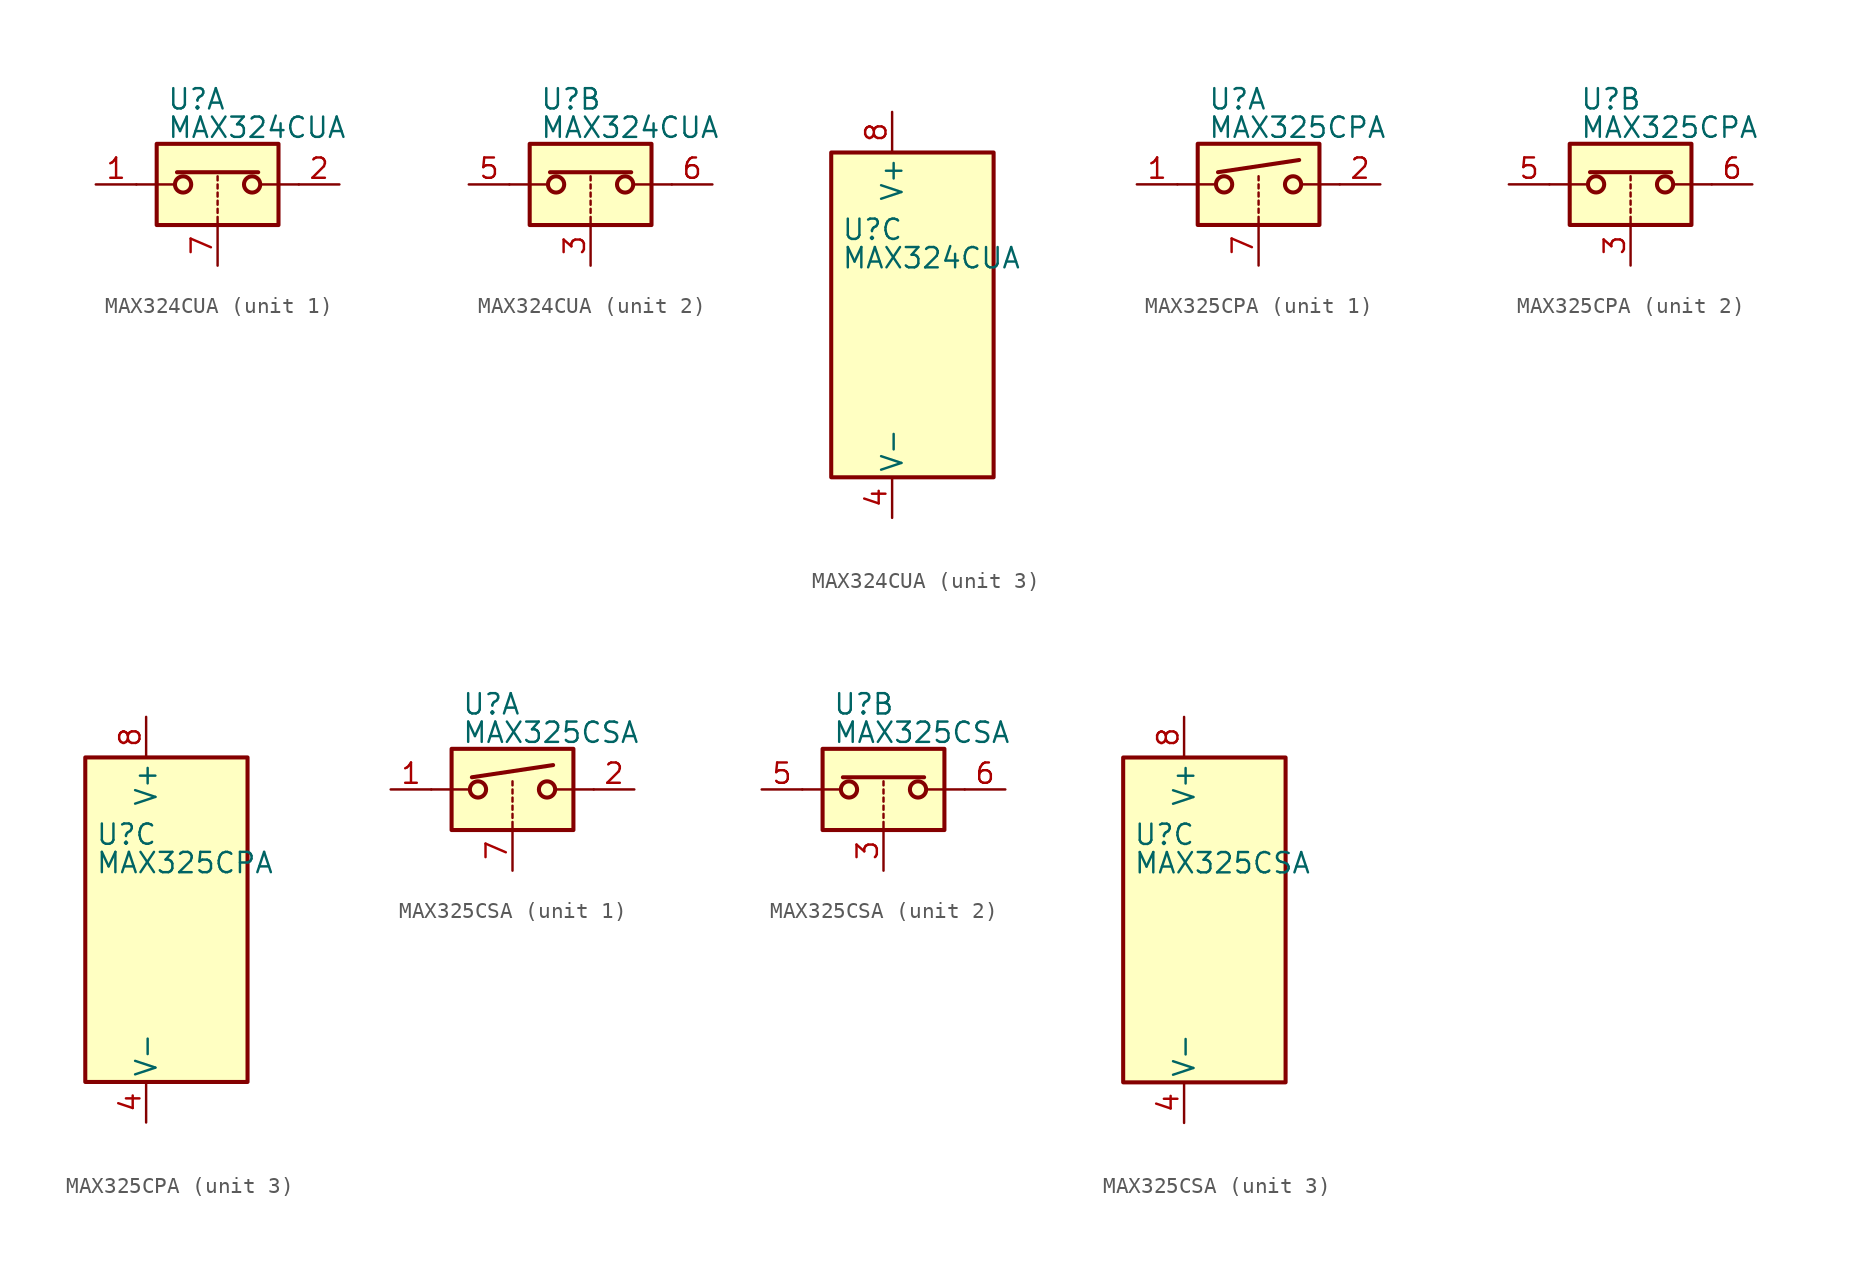
<source format=kicad_sym>
(kicad_symbol_lib
  (version 20201005)
  (generator kicad_symbol_editor)
  (symbol "MAX324CUA"
    (pin_names
      (offset 0.254))
    (property "Reference" "U"
      (at -3.175 5.334 0)
      (effects (font (size 1.27 1.27)) (justify left)))
    (property "Value" "MAX324CUA"
      (at -3.175 3.556 0)
      (effects (font (size 1.27 1.27)) (justify left)))
    (symbol "MAX324CUA_1_1"
      (circle (center -2.159 0) (radius 0.508) (stroke (width 0.254)) (fill (type none)))
      (circle (center 2.159 0) (radius 0.508) (stroke (width 0.254)) (fill (type none)))
      (rectangle (start -3.81 2.54) (end 3.81 -2.54) (stroke (width 0.254)) (fill (type background)))
      (polyline (pts (xy -5.08 0) (xy -2.794 0)) (stroke (width 0)) (fill (type none)))
      (polyline (pts (xy -2.54 0.762) (xy 2.54 0.762)) (stroke (width 0.254)) (fill (type none)))
      (polyline (pts (xy 0 -2.54) (xy 0 -2.032)) (stroke (width 0)) (fill (type none)))
      (polyline (pts (xy 0 -1.778) (xy 0 -1.524)) (stroke (width 0)) (fill (type none)))
      (polyline (pts (xy 0 -1.27) (xy 0 -1.016)) (stroke (width 0)) (fill (type none)))
      (polyline (pts (xy 0 -0.762) (xy 0 -0.508)) (stroke (width 0)) (fill (type none)))
      (polyline (pts (xy 0 -0.254) (xy 0 0)) (stroke (width 0)) (fill (type none)))
      (polyline (pts (xy 0 0.254) (xy 0 0.508)) (stroke (width 0)) (fill (type none)))
      (polyline (pts (xy 5.08 0) (xy 2.794 0)) (stroke (width 0)) (fill (type none)))
      (pin passive line (at -7.62 0 0) (length 2.54) (name "~" (effects (font (size 1.27 1.27)))) (number "1" (effects (font (size 1.27 1.27)))))
      (pin passive line (at 7.62 0 180) (length 2.54) (name "~" (effects (font (size 1.27 1.27)))) (number "2" (effects (font (size 1.27 1.27)))))
      (pin input line (at 0 -5.08 90) (length 2.54) (name "~" (effects (font (size 1.27 1.27)))) (number "7" (effects (font (size 1.27 1.27))))))
    (symbol "MAX324CUA_2_1"
      (circle (center -2.159 0) (radius 0.508) (stroke (width 0.254)) (fill (type none)))
      (circle (center 2.159 0) (radius 0.508) (stroke (width 0.254)) (fill (type none)))
      (rectangle (start -3.81 2.54) (end 3.81 -2.54) (stroke (width 0.254)) (fill (type background)))
      (polyline (pts (xy -5.08 0) (xy -2.794 0)) (stroke (width 0)) (fill (type none)))
      (polyline (pts (xy -2.54 0.762) (xy 2.54 0.762)) (stroke (width 0.254)) (fill (type none)))
      (polyline (pts (xy 0 -2.54) (xy 0 -2.032)) (stroke (width 0)) (fill (type none)))
      (polyline (pts (xy 0 -1.778) (xy 0 -1.524)) (stroke (width 0)) (fill (type none)))
      (polyline (pts (xy 0 -1.27) (xy 0 -1.016)) (stroke (width 0)) (fill (type none)))
      (polyline (pts (xy 0 -0.762) (xy 0 -0.508)) (stroke (width 0)) (fill (type none)))
      (polyline (pts (xy 0 -0.254) (xy 0 0)) (stroke (width 0)) (fill (type none)))
      (polyline (pts (xy 0 0.254) (xy 0 0.508)) (stroke (width 0)) (fill (type none)))
      (polyline (pts (xy 5.08 0) (xy 2.794 0)) (stroke (width 0)) (fill (type none)))
      (pin input line (at 0 -5.08 90) (length 2.54) (name "~" (effects (font (size 1.27 1.27)))) (number "3" (effects (font (size 1.27 1.27)))))
      (pin passive line (at -7.62 0 0) (length 2.54) (name "~" (effects (font (size 1.27 1.27)))) (number "5" (effects (font (size 1.27 1.27)))))
      (pin passive line (at 7.62 0 180) (length 2.54) (name "~" (effects (font (size 1.27 1.27)))) (number "6" (effects (font (size 1.27 1.27))))))
    (symbol "MAX324CUA_3_0"
      (pin power_in line (at 0 -12.7 90) (length 2.54) (name "V-" (effects (font (size 1.27 1.27)))) (number "4" (effects (font (size 1.27 1.27)))))
      (pin power_in line (at 0 12.7 270) (length 2.54) (name "V+" (effects (font (size 1.27 1.27)))) (number "8" (effects (font (size 1.27 1.27))))))
    (symbol "MAX324CUA_3_1"
      (rectangle (start -3.81 10.16) (end 6.35 -10.16) (stroke (width 0.254)) (fill (type background)))))
  (symbol "MAX325CPA"
    (pin_names
      (offset 0.254))
    (property "Reference" "U"
      (at -3.175 5.334 0)
      (effects (font (size 1.27 1.27)) (justify left)))
    (property "Value" "MAX325CPA"
      (at -3.175 3.556 0)
      (effects (font (size 1.27 1.27)) (justify left)))
    (symbol "MAX325CPA_1_1"
      (circle (center -2.159 0) (radius 0.508) (stroke (width 0.254)) (fill (type none)))
      (circle (center 2.159 0) (radius 0.508) (stroke (width 0.254)) (fill (type none)))
      (rectangle (start -3.81 2.54) (end 3.81 -2.54) (stroke (width 0.254)) (fill (type background)))
      (polyline (pts (xy -5.08 0) (xy -2.794 0)) (stroke (width 0)) (fill (type none)))
      (polyline (pts (xy -2.54 0.762) (xy 2.54 1.524)) (stroke (width 0.254)) (fill (type none)))
      (polyline (pts (xy 0 -2.54) (xy 0 -2.032)) (stroke (width 0)) (fill (type none)))
      (polyline (pts (xy 0 -1.778) (xy 0 -1.524)) (stroke (width 0)) (fill (type none)))
      (polyline (pts (xy 0 -1.27) (xy 0 -1.016)) (stroke (width 0)) (fill (type none)))
      (polyline (pts (xy 0 -0.762) (xy 0 -0.508)) (stroke (width 0)) (fill (type none)))
      (polyline (pts (xy 0 -0.254) (xy 0 0)) (stroke (width 0)) (fill (type none)))
      (polyline (pts (xy 0 0.254) (xy 0 0.508)) (stroke (width 0)) (fill (type none)))
      (polyline (pts (xy 5.08 0) (xy 2.794 0)) (stroke (width 0)) (fill (type none)))
      (pin passive line (at -7.62 0 0) (length 2.54) (name "~" (effects (font (size 1.27 1.27)))) (number "1" (effects (font (size 1.27 1.27)))))
      (pin passive line (at 7.62 0 180) (length 2.54) (name "~" (effects (font (size 1.27 1.27)))) (number "2" (effects (font (size 1.27 1.27)))))
      (pin input line (at 0 -5.08 90) (length 2.54) (name "~" (effects (font (size 1.27 1.27)))) (number "7" (effects (font (size 1.27 1.27))))))
    (symbol "MAX325CPA_2_1"
      (circle (center -2.159 0) (radius 0.508) (stroke (width 0.254)) (fill (type none)))
      (circle (center 2.159 0) (radius 0.508) (stroke (width 0.254)) (fill (type none)))
      (rectangle (start -3.81 2.54) (end 3.81 -2.54) (stroke (width 0.254)) (fill (type background)))
      (polyline (pts (xy -5.08 0) (xy -2.794 0)) (stroke (width 0)) (fill (type none)))
      (polyline (pts (xy -2.54 0.762) (xy 2.54 0.762)) (stroke (width 0.254)) (fill (type none)))
      (polyline (pts (xy 0 -2.54) (xy 0 -2.032)) (stroke (width 0)) (fill (type none)))
      (polyline (pts (xy 0 -1.778) (xy 0 -1.524)) (stroke (width 0)) (fill (type none)))
      (polyline (pts (xy 0 -1.27) (xy 0 -1.016)) (stroke (width 0)) (fill (type none)))
      (polyline (pts (xy 0 -0.762) (xy 0 -0.508)) (stroke (width 0)) (fill (type none)))
      (polyline (pts (xy 0 -0.254) (xy 0 0)) (stroke (width 0)) (fill (type none)))
      (polyline (pts (xy 0 0.254) (xy 0 0.508)) (stroke (width 0)) (fill (type none)))
      (polyline (pts (xy 5.08 0) (xy 2.794 0)) (stroke (width 0)) (fill (type none)))
      (pin input line (at 0 -5.08 90) (length 2.54) (name "~" (effects (font (size 1.27 1.27)))) (number "3" (effects (font (size 1.27 1.27)))))
      (pin passive line (at -7.62 0 0) (length 2.54) (name "~" (effects (font (size 1.27 1.27)))) (number "5" (effects (font (size 1.27 1.27)))))
      (pin passive line (at 7.62 0 180) (length 2.54) (name "~" (effects (font (size 1.27 1.27)))) (number "6" (effects (font (size 1.27 1.27))))))
    (symbol "MAX325CPA_3_0"
      (pin power_in line (at 0 -12.7 90) (length 2.54) (name "V-" (effects (font (size 1.27 1.27)))) (number "4" (effects (font (size 1.27 1.27)))))
      (pin power_in line (at 0 12.7 270) (length 2.54) (name "V+" (effects (font (size 1.27 1.27)))) (number "8" (effects (font (size 1.27 1.27))))))
    (symbol "MAX325CPA_3_1"
      (rectangle (start -3.81 10.16) (end 6.35 -10.16) (stroke (width 0.254)) (fill (type background)))))
  (symbol "MAX325CSA"
    (pin_names
      (offset 0.254))
    (property "Reference" "U"
      (at -3.175 5.334 0)
      (effects (font (size 1.27 1.27)) (justify left)))
    (property "Value" "MAX325CSA"
      (at -3.175 3.556 0)
      (effects (font (size 1.27 1.27)) (justify left)))
    (symbol "MAX325CSA_1_1"
      (circle (center -2.159 0) (radius 0.508) (stroke (width 0.254)) (fill (type none)))
      (circle (center 2.159 0) (radius 0.508) (stroke (width 0.254)) (fill (type none)))
      (rectangle (start -3.81 2.54) (end 3.81 -2.54) (stroke (width 0.254)) (fill (type background)))
      (polyline (pts (xy -5.08 0) (xy -2.794 0)) (stroke (width 0)) (fill (type none)))
      (polyline (pts (xy -2.54 0.762) (xy 2.54 1.524)) (stroke (width 0.254)) (fill (type none)))
      (polyline (pts (xy 0 -2.54) (xy 0 -2.032)) (stroke (width 0)) (fill (type none)))
      (polyline (pts (xy 0 -1.778) (xy 0 -1.524)) (stroke (width 0)) (fill (type none)))
      (polyline (pts (xy 0 -1.27) (xy 0 -1.016)) (stroke (width 0)) (fill (type none)))
      (polyline (pts (xy 0 -0.762) (xy 0 -0.508)) (stroke (width 0)) (fill (type none)))
      (polyline (pts (xy 0 -0.254) (xy 0 0)) (stroke (width 0)) (fill (type none)))
      (polyline (pts (xy 0 0.254) (xy 0 0.508)) (stroke (width 0)) (fill (type none)))
      (polyline (pts (xy 5.08 0) (xy 2.794 0)) (stroke (width 0)) (fill (type none)))
      (pin passive line (at -7.62 0 0) (length 2.54) (name "~" (effects (font (size 1.27 1.27)))) (number "1" (effects (font (size 1.27 1.27)))))
      (pin passive line (at 7.62 0 180) (length 2.54) (name "~" (effects (font (size 1.27 1.27)))) (number "2" (effects (font (size 1.27 1.27)))))
      (pin input line (at 0 -5.08 90) (length 2.54) (name "~" (effects (font (size 1.27 1.27)))) (number "7" (effects (font (size 1.27 1.27))))))
    (symbol "MAX325CSA_2_1"
      (circle (center -2.159 0) (radius 0.508) (stroke (width 0.254)) (fill (type none)))
      (circle (center 2.159 0) (radius 0.508) (stroke (width 0.254)) (fill (type none)))
      (rectangle (start -3.81 2.54) (end 3.81 -2.54) (stroke (width 0.254)) (fill (type background)))
      (polyline (pts (xy -5.08 0) (xy -2.794 0)) (stroke (width 0)) (fill (type none)))
      (polyline (pts (xy -2.54 0.762) (xy 2.54 0.762)) (stroke (width 0.254)) (fill (type none)))
      (polyline (pts (xy 0 -2.54) (xy 0 -2.032)) (stroke (width 0)) (fill (type none)))
      (polyline (pts (xy 0 -1.778) (xy 0 -1.524)) (stroke (width 0)) (fill (type none)))
      (polyline (pts (xy 0 -1.27) (xy 0 -1.016)) (stroke (width 0)) (fill (type none)))
      (polyline (pts (xy 0 -0.762) (xy 0 -0.508)) (stroke (width 0)) (fill (type none)))
      (polyline (pts (xy 0 -0.254) (xy 0 0)) (stroke (width 0)) (fill (type none)))
      (polyline (pts (xy 0 0.254) (xy 0 0.508)) (stroke (width 0)) (fill (type none)))
      (polyline (pts (xy 5.08 0) (xy 2.794 0)) (stroke (width 0)) (fill (type none)))
      (pin input line (at 0 -5.08 90) (length 2.54) (name "~" (effects (font (size 1.27 1.27)))) (number "3" (effects (font (size 1.27 1.27)))))
      (pin passive line (at -7.62 0 0) (length 2.54) (name "~" (effects (font (size 1.27 1.27)))) (number "5" (effects (font (size 1.27 1.27)))))
      (pin passive line (at 7.62 0 180) (length 2.54) (name "~" (effects (font (size 1.27 1.27)))) (number "6" (effects (font (size 1.27 1.27))))))
    (symbol "MAX325CSA_3_0"
      (pin power_in line (at 0 -12.7 90) (length 2.54) (name "V-" (effects (font (size 1.27 1.27)))) (number "4" (effects (font (size 1.27 1.27)))))
      (pin power_in line (at 0 12.7 270) (length 2.54) (name "V+" (effects (font (size 1.27 1.27)))) (number "8" (effects (font (size 1.27 1.27))))))
    (symbol "MAX325CSA_3_1"
      (rectangle (start -3.81 10.16) (end 6.35 -10.16) (stroke (width 0.254)) (fill (type background))))))
</source>
